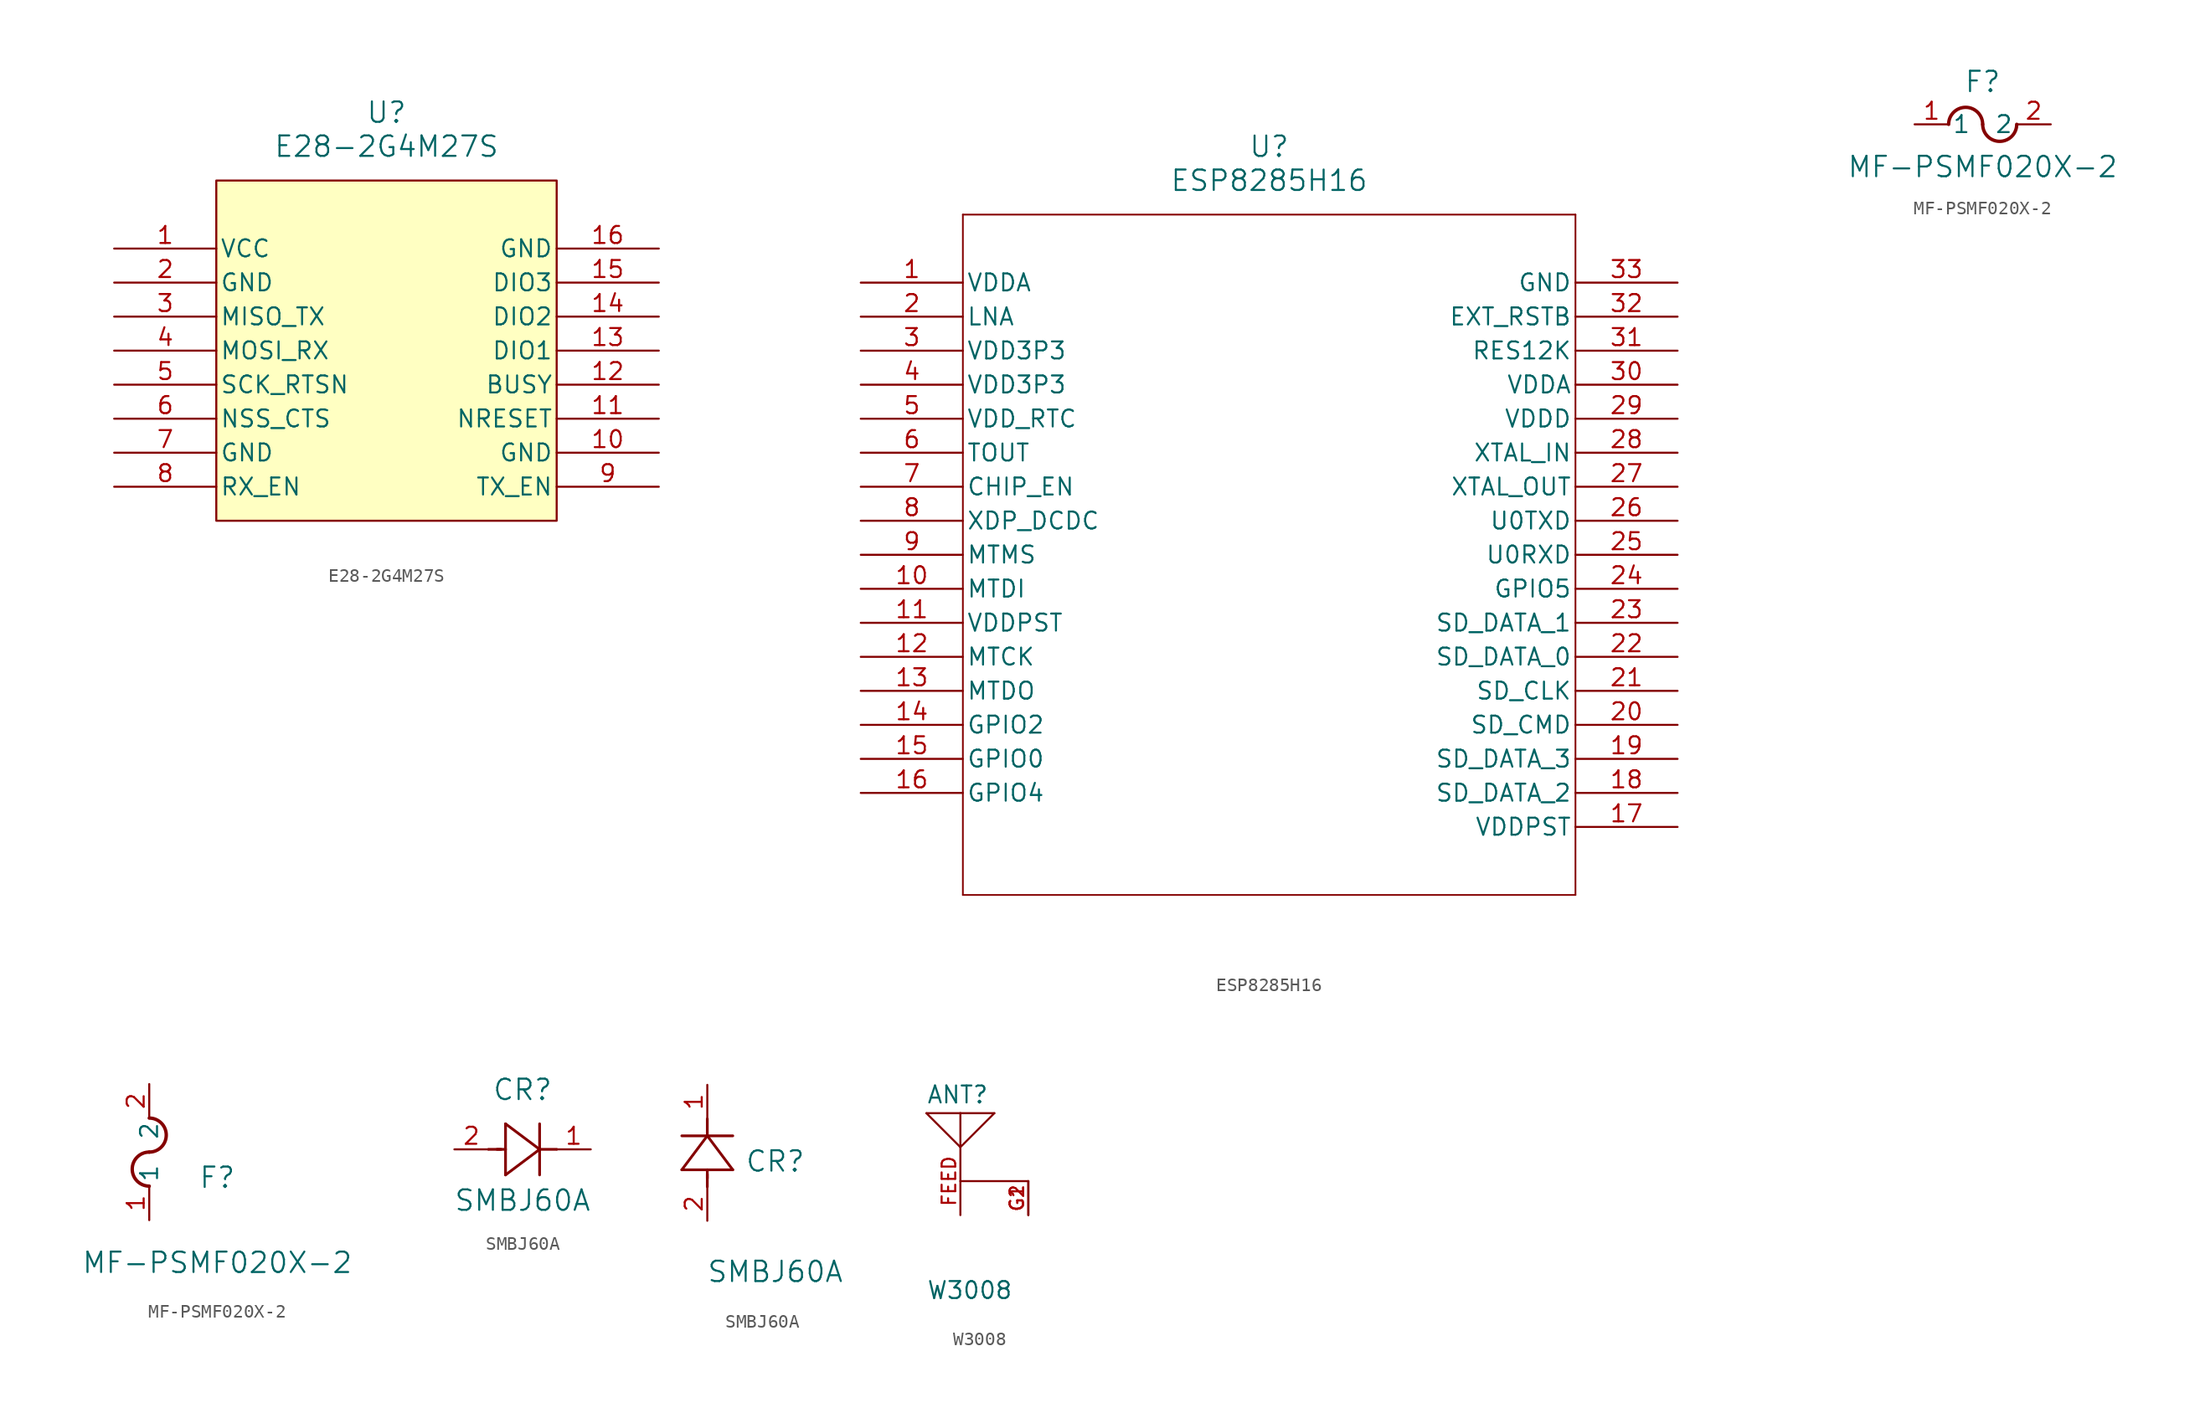
<source format=kicad_sym>
(kicad_symbol_lib
  (version 20241209)
  (generator "kicad_symbol_editor")
  (generator_version "9.0")
  (symbol "E28-2G4M27S"
    (pin_names
      (offset 0.254))
    (property "Reference" "U"
      (at 20.32 10.16 0)
      (effects (font (size 1.524 1.524))))
    (property "Value" "E28-2G4M27S"
      (at 20.32 7.62 0)
      (effects (font (size 1.524 1.524))))
    (property "ki_locked" ""
      (at 0 0 0)
      (effects (font (size 1.27 1.27))))
    (symbol "E28-2G4M27S_0_1"
      (pin power_out line (at 40.64 -15.24 180) (length 7.62) (name "GND" (effects (font (size 1.27 1.27)))) (number "10" (effects (font (size 1.27 1.27))))))
    (symbol "E28-2G4M27S_1_1"
      (rectangle (start 7.62 5.08) (end 33.02 -20.32) (stroke (width 0) (type solid)) (fill (type color) (color 255 255 194 1)))
      (pin power_in line (at 0 0 0) (length 7.62) (name "VCC" (effects (font (size 1.27 1.27)))) (number "1" (effects (font (size 1.27 1.27)))))
      (pin power_out line (at 0 -2.54 0) (length 7.62) (name "GND" (effects (font (size 1.27 1.27)))) (number "2" (effects (font (size 1.27 1.27)))))
      (pin bidirectional line (at 0 -5.08 0) (length 7.62) (name "MISO_TX" (effects (font (size 1.27 1.27)))) (number "3" (effects (font (size 1.27 1.27)))))
      (pin bidirectional line (at 0 -7.62 0) (length 7.62) (name "MOSI_RX" (effects (font (size 1.27 1.27)))) (number "4" (effects (font (size 1.27 1.27)))))
      (pin input line (at 0 -10.16 0) (length 7.62) (name "SCK_RTSN" (effects (font (size 1.27 1.27)))) (number "5" (effects (font (size 1.27 1.27)))))
      (pin input line (at 0 -12.7 0) (length 7.62) (name "NSS_CTS" (effects (font (size 1.27 1.27)))) (number "6" (effects (font (size 1.27 1.27)))))
      (pin power_out line (at 0 -15.24 0) (length 7.62) (name "GND" (effects (font (size 1.27 1.27)))) (number "7" (effects (font (size 1.27 1.27)))))
      (pin input line (at 0 -17.78 0) (length 7.62) (name "RX_EN" (effects (font (size 1.27 1.27)))) (number "8" (effects (font (size 1.27 1.27)))))
      (pin power_out line (at 40.64 0 180) (length 7.62) (name "GND" (effects (font (size 1.27 1.27)))) (number "16" (effects (font (size 1.27 1.27)))))
      (pin bidirectional line (at 40.64 -2.54 180) (length 7.62) (name "DIO3" (effects (font (size 1.27 1.27)))) (number "15" (effects (font (size 1.27 1.27)))))
      (pin bidirectional line (at 40.64 -5.08 180) (length 7.62) (name "DIO2" (effects (font (size 1.27 1.27)))) (number "14" (effects (font (size 1.27 1.27)))))
      (pin bidirectional line (at 40.64 -7.62 180) (length 7.62) (name "DIO1" (effects (font (size 1.27 1.27)))) (number "13" (effects (font (size 1.27 1.27)))))
      (pin bidirectional line (at 40.64 -10.16 180) (length 7.62) (name "BUSY" (effects (font (size 1.27 1.27)))) (number "12" (effects (font (size 1.27 1.27)))))
      (pin bidirectional line (at 40.64 -12.7 180) (length 7.62) (name "NRESET" (effects (font (size 1.27 1.27)))) (number "11" (effects (font (size 1.27 1.27)))))
      (pin bidirectional line (at 40.64 -17.78 180) (length 7.62) (name "TX_EN" (effects (font (size 1.27 1.27)))) (number "9" (effects (font (size 1.27 1.27)))))))
  (symbol "ESP8285H16"
    (pin_names
      (offset 0.254))
    (property "Reference" "U"
      (at 30.48 10.16 0)
      (effects (font (size 1.524 1.524))))
    (property "Value" "ESP8285H16"
      (at 30.48 7.62 0)
      (effects (font (size 1.524 1.524))))
    (property "ki_locked" ""
      (at 0 0 0)
      (effects (font (size 1.27 1.27))))
    (symbol "ESP8285H16_0_1"
      (polyline (pts (xy 7.62 5.08) (xy 7.62 -45.72)) (stroke (width 0.127) (type default)) (fill (type none)))
      (polyline (pts (xy 7.62 -45.72) (xy 53.34 -45.72)) (stroke (width 0.127) (type default)) (fill (type none)))
      (polyline (pts (xy 53.34 5.08) (xy 7.62 5.08)) (stroke (width 0.127) (type default)) (fill (type none)))
      (polyline (pts (xy 53.34 -45.72) (xy 53.34 5.08)) (stroke (width 0.127) (type default)) (fill (type none)))
      (pin power_in line (at 0 0 0) (length 7.62) (name "VDDA" (effects (font (size 1.27 1.27)))) (number "1" (effects (font (size 1.27 1.27)))))
      (pin bidirectional line (at 0 -2.54 0) (length 7.62) (name "LNA" (effects (font (size 1.27 1.27)))) (number "2" (effects (font (size 1.27 1.27)))))
      (pin power_in line (at 0 -5.08 0) (length 7.62) (name "VDD3P3" (effects (font (size 1.27 1.27)))) (number "3" (effects (font (size 1.27 1.27)))))
      (pin power_in line (at 0 -7.62 0) (length 7.62) (name "VDD3P3" (effects (font (size 1.27 1.27)))) (number "4" (effects (font (size 1.27 1.27)))))
      (pin power_in line (at 0 -10.16 0) (length 7.62) (name "VDD_RTC" (effects (font (size 1.27 1.27)))) (number "5" (effects (font (size 1.27 1.27)))))
      (pin input line (at 0 -12.7 0) (length 7.62) (name "TOUT" (effects (font (size 1.27 1.27)))) (number "6" (effects (font (size 1.27 1.27)))))
      (pin input line (at 0 -15.24 0) (length 7.62) (name "CHIP_EN" (effects (font (size 1.27 1.27)))) (number "7" (effects (font (size 1.27 1.27)))))
      (pin bidirectional line (at 0 -17.78 0) (length 7.62) (name "XDP_DCDC" (effects (font (size 1.27 1.27)))) (number "8" (effects (font (size 1.27 1.27)))))
      (pin bidirectional line (at 0 -20.32 0) (length 7.62) (name "MTMS" (effects (font (size 1.27 1.27)))) (number "9" (effects (font (size 1.27 1.27)))))
      (pin bidirectional line (at 0 -22.86 0) (length 7.62) (name "MTDI" (effects (font (size 1.27 1.27)))) (number "10" (effects (font (size 1.27 1.27)))))
      (pin power_in line (at 0 -25.4 0) (length 7.62) (name "VDDPST" (effects (font (size 1.27 1.27)))) (number "11" (effects (font (size 1.27 1.27)))))
      (pin bidirectional line (at 0 -27.94 0) (length 7.62) (name "MTCK" (effects (font (size 1.27 1.27)))) (number "12" (effects (font (size 1.27 1.27)))))
      (pin bidirectional line (at 0 -30.48 0) (length 7.62) (name "MTDO" (effects (font (size 1.27 1.27)))) (number "13" (effects (font (size 1.27 1.27)))))
      (pin bidirectional line (at 0 -33.02 0) (length 7.62) (name "GPIO2" (effects (font (size 1.27 1.27)))) (number "14" (effects (font (size 1.27 1.27)))))
      (pin bidirectional line (at 0 -35.56 0) (length 7.62) (name "GPIO0" (effects (font (size 1.27 1.27)))) (number "15" (effects (font (size 1.27 1.27)))))
      (pin bidirectional line (at 0 -38.1 0) (length 7.62) (name "GPIO4" (effects (font (size 1.27 1.27)))) (number "16" (effects (font (size 1.27 1.27)))))
      (pin power_out line (at 60.96 0 180) (length 7.62) (name "GND" (effects (font (size 1.27 1.27)))) (number "33" (effects (font (size 1.27 1.27)))))
      (pin input line (at 60.96 -2.54 180) (length 7.62) (name "EXT_RSTB" (effects (font (size 1.27 1.27)))) (number "32" (effects (font (size 1.27 1.27)))))
      (pin input line (at 60.96 -5.08 180) (length 7.62) (name "RES12K" (effects (font (size 1.27 1.27)))) (number "31" (effects (font (size 1.27 1.27)))))
      (pin power_in line (at 60.96 -7.62 180) (length 7.62) (name "VDDA" (effects (font (size 1.27 1.27)))) (number "30" (effects (font (size 1.27 1.27)))))
      (pin power_in line (at 60.96 -10.16 180) (length 7.62) (name "VDDD" (effects (font (size 1.27 1.27)))) (number "29" (effects (font (size 1.27 1.27)))))
      (pin bidirectional line (at 60.96 -12.7 180) (length 7.62) (name "XTAL_IN" (effects (font (size 1.27 1.27)))) (number "28" (effects (font (size 1.27 1.27)))))
      (pin bidirectional line (at 60.96 -15.24 180) (length 7.62) (name "XTAL_OUT" (effects (font (size 1.27 1.27)))) (number "27" (effects (font (size 1.27 1.27)))))
      (pin bidirectional line (at 60.96 -17.78 180) (length 7.62) (name "U0TXD" (effects (font (size 1.27 1.27)))) (number "26" (effects (font (size 1.27 1.27)))))
      (pin bidirectional line (at 60.96 -20.32 180) (length 7.62) (name "U0RXD" (effects (font (size 1.27 1.27)))) (number "25" (effects (font (size 1.27 1.27)))))
      (pin bidirectional line (at 60.96 -22.86 180) (length 7.62) (name "GPIO5" (effects (font (size 1.27 1.27)))) (number "24" (effects (font (size 1.27 1.27)))))
      (pin bidirectional line (at 60.96 -25.4 180) (length 7.62) (name "SD_DATA_1" (effects (font (size 1.27 1.27)))) (number "23" (effects (font (size 1.27 1.27)))))
      (pin bidirectional line (at 60.96 -27.94 180) (length 7.62) (name "SD_DATA_0" (effects (font (size 1.27 1.27)))) (number "22" (effects (font (size 1.27 1.27)))))
      (pin bidirectional line (at 60.96 -30.48 180) (length 7.62) (name "SD_CLK" (effects (font (size 1.27 1.27)))) (number "21" (effects (font (size 1.27 1.27)))))
      (pin bidirectional line (at 60.96 -33.02 180) (length 7.62) (name "SD_CMD" (effects (font (size 1.27 1.27)))) (number "20" (effects (font (size 1.27 1.27)))))
      (pin bidirectional line (at 60.96 -35.56 180) (length 7.62) (name "SD_DATA_3" (effects (font (size 1.27 1.27)))) (number "19" (effects (font (size 1.27 1.27)))))
      (pin bidirectional line (at 60.96 -38.1 180) (length 7.62) (name "SD_DATA_2" (effects (font (size 1.27 1.27)))) (number "18" (effects (font (size 1.27 1.27)))))
      (pin power_in line (at 60.96 -40.64 180) (length 7.62) (name "VDDPST" (effects (font (size 1.27 1.27)))) (number "17" (effects (font (size 1.27 1.27)))))))
  (symbol "MF-PSMF020X-2"
    (pin_names
      (offset 0.254))
    (property "Reference" "F"
      (at 5.08 3.175 0)
      (effects (font (size 1.524 1.524))))
    (property "Value" "MF-PSMF020X-2"
      (at 5.08 -3.175 0)
      (effects (font (size 1.524 1.524))))
    (property "ki_locked" ""
      (at 0 0 0)
      (effects (font (size 1.27 1.27))))
    (symbol "MF-PSMF020X-2_1_1"
      (arc (start 2.54 0) (mid 3.81 1.2645) (end 5.08 0) (stroke (width 0.254) (type default)) (fill (type none)))
      (arc (start 7.62 0) (mid 6.35 -1.2645) (end 5.08 0) (stroke (width 0.254) (type default)) (fill (type none)))
      (pin unspecified line (at 0 0 0) (length 2.54) (name "1" (effects (font (size 1.27 1.27)))) (number "1" (effects (font (size 1.27 1.27)))))
      (pin unspecified line (at 10.16 0 180) (length 2.54) (name "2" (effects (font (size 1.27 1.27)))) (number "2" (effects (font (size 1.27 1.27))))))
    (symbol "MF-PSMF020X-2_1_2"
      (arc (start 0 7.62) (mid 1.2645 6.35) (end 0 5.08) (stroke (width 0.254) (type default)) (fill (type none)))
      (arc (start 0 2.54) (mid -1.2645 3.81) (end 0 5.08) (stroke (width 0.254) (type default)) (fill (type none)))
      (pin unspecified line (at 0 10.16 270) (length 2.54) (name "2" (effects (font (size 1.27 1.27)))) (number "2" (effects (font (size 1.27 1.27)))))
      (pin unspecified line (at 0 0 90) (length 2.54) (name "1" (effects (font (size 1.27 1.27)))) (number "1" (effects (font (size 1.27 1.27)))))))
  (symbol "SMBJ60A"
    (pin_names
      (offset 0.254))
    (property "Reference" "CR"
      (at 5.08 4.445 0)
      (effects (font (size 1.524 1.524))))
    (property "Value" "SMBJ60A"
      (at 5.08 -3.81 0)
      (effects (font (size 1.524 1.524))))
    (property "ki_locked" ""
      (at 0 0 0)
      (effects (font (size 1.27 1.27))))
    (symbol "SMBJ60A_1_1"
      (polyline (pts (xy 2.54 0) (xy 3.48 0)) (stroke (width 0.203) (type default)) (fill (type none)))
      (polyline (pts (xy 3.175 0) (xy 3.81 0)) (stroke (width 0.203) (type default)) (fill (type none)))
      (polyline (pts (xy 3.81 1.905) (xy 3.81 -1.905)) (stroke (width 0.203) (type default)) (fill (type none)))
      (polyline (pts (xy 3.81 -1.905) (xy 6.35 0)) (stroke (width 0.203) (type default)) (fill (type none)))
      (polyline (pts (xy 6.35 0) (xy 3.81 1.905)) (stroke (width 0.203) (type default)) (fill (type none)))
      (polyline (pts (xy 6.35 0) (xy 7.62 0)) (stroke (width 0.203) (type default)) (fill (type none)))
      (polyline (pts (xy 6.35 -1.905) (xy 6.35 1.905)) (stroke (width 0.203) (type default)) (fill (type none)))
      (pin unspecified line (at 0 0 0) (length 2.54) (name "" (effects (font (size 1.27 1.27)))) (number "2" (effects (font (size 1.27 1.27)))))
      (pin unspecified line (at 10.16 0 180) (length 2.54) (name "" (effects (font (size 1.27 1.27)))) (number "1" (effects (font (size 1.27 1.27))))))
    (symbol "SMBJ60A_1_2"
      (polyline (pts (xy -1.905 3.81) (xy 1.905 3.81)) (stroke (width 0.203) (type default)) (fill (type none)))
      (polyline (pts (xy 0 6.35) (xy -1.905 3.81)) (stroke (width 0.203) (type default)) (fill (type none)))
      (polyline (pts (xy 0 6.35) (xy 0 7.62)) (stroke (width 0.203) (type default)) (fill (type none)))
      (polyline (pts (xy 0 3.175) (xy 0 3.81)) (stroke (width 0.203) (type default)) (fill (type none)))
      (polyline (pts (xy 0 2.54) (xy 0 3.48)) (stroke (width 0.203) (type default)) (fill (type none)))
      (polyline (pts (xy 1.905 6.35) (xy -1.905 6.35)) (stroke (width 0.203) (type default)) (fill (type none)))
      (polyline (pts (xy 1.905 3.81) (xy 0 6.35)) (stroke (width 0.203) (type default)) (fill (type none)))
      (pin unspecified line (at 0 10.16 270) (length 2.54) (name "" (effects (font (size 1.27 1.27)))) (number "1" (effects (font (size 1.27 1.27)))))
      (pin unspecified line (at 0 0 90) (length 2.54) (name "" (effects (font (size 1.27 1.27)))) (number "2" (effects (font (size 1.27 1.27)))))))
  (symbol "W3008"
    (pin_names
      (offset 1.016))
    (property "Reference" "ANT"
      (at -2.542 5.72 0)
      (effects (font (size 1.27 1.27)) (justify left bottom)))
    (property "Value" "W3008"
      (at -2.545 -8.906 0)
      (effects (font (size 1.27 1.27)) (justify left bottom)))
    (symbol "W3008_0_0"
      (polyline (pts (xy -2.54 5.08) (xy 0 5.08)) (stroke (width 0.152) (type default)) (fill (type none)))
      (polyline (pts (xy -2.54 5.08) (xy 0 2.54)) (stroke (width 0.152) (type default)) (fill (type none)))
      (polyline (pts (xy 0 5.08) (xy 0 2.54)) (stroke (width 0.152) (type default)) (fill (type none)))
      (polyline (pts (xy 0 5.08) (xy 2.54 5.08)) (stroke (width 0.152) (type default)) (fill (type none)))
      (polyline (pts (xy 0 2.54) (xy 2.54 5.08)) (stroke (width 0.152) (type default)) (fill (type none)))
      (polyline (pts (xy 0 0) (xy 5.08 0)) (stroke (width 0.152) (type default)) (fill (type none)))
      (pin passive line (at 0 -2.54 90) (length 5.08) (name "~" (effects (font (size 1.016 1.016)))) (number "FEED" (effects (font (size 1.016 1.016)))))
      (pin passive line (at 5.08 -2.54 90) (length 2.54) (name "~" (effects (font (size 1.016 1.016)))) (number "G1" (effects (font (size 1.016 1.016)))))
      (pin passive line (at 5.08 -2.54 90) (length 2.54) (name "~" (effects (font (size 1.016 1.016)))) (number "G2" (effects (font (size 1.016 1.016))))))))
</source>
